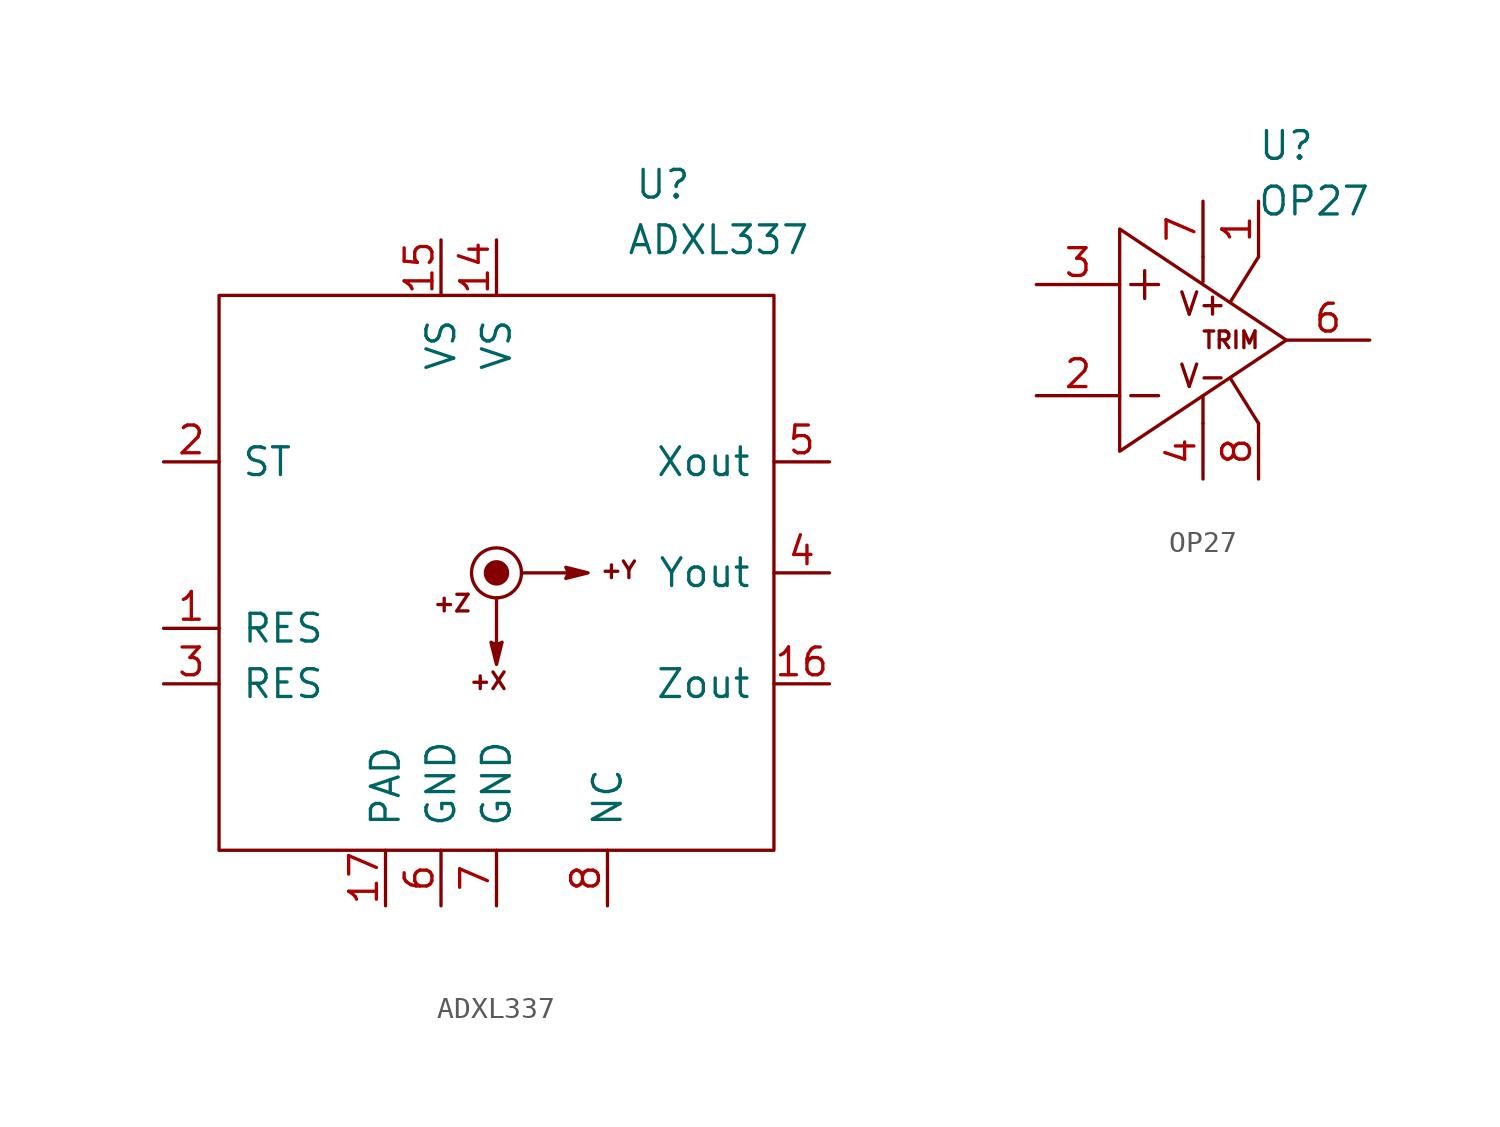
<source format=kicad_sym>
(kicad_symbol_lib
  (version 20231120)
  (generator "kicad_symbol_editor")
  (generator_version "8.0")
  (symbol "ADXL337"
    (pin_names
      (offset 1.016))
    (property "Reference" "U"
      (at 7.62 17.78 0)
      (effects (font (size 1.27 1.27))))
    (property "Value" "ADXL337"
      (at 10.16 15.24 0)
      (effects (font (size 1.27 1.27))))
    (symbol "ADXL337_0_0"
      (text "+X" (at -0.381 -4.953 0) (effects (font (size 0.762 0.762)))))
    (symbol "ADXL337_0_1"
      (rectangle (start -12.7 12.7) (end 12.7 -12.7) (stroke (width 0) (type default)) (fill (type none)))
      (polyline (pts (xy 1.143 0) (xy 4.191 0) (xy 3.175 0.254) (xy 3.302 0) (xy 3.175 -0.254) (xy 4.191 0)) (stroke (width 0) (type default)) (fill (type outline)))
      (circle (center 0 0) (radius 0.508) (stroke (width 0) (type default)) (fill (type outline)))
      (circle (center 0 0) (radius 1.143) (stroke (width 0) (type default)) (fill (type none))))
    (symbol "ADXL337_1_1"
      (polyline (pts (xy 0 -1.143) (xy 0 -4.191) (xy 0.254 -3.175) (xy 0 -3.302) (xy -0.254 -3.175) (xy 0 -4.191)) (stroke (width 0) (type default)) (fill (type outline)))
      (text "+Y" (at 5.588 0.127 0) (effects (font (size 0.762 0.762))))
      (text "+Z" (at -2.032 -1.397 0) (effects (font (size 0.762 0.762))))
      (pin input line (at -15.24 -2.54 0) (length 2.54) (name "RES" (effects (font (size 1.27 1.27)))) (number "1" (effects (font (size 1.27 1.27)))))
      (pin unspecified line (at 5.08 -15.24 90) (length 2.54) hide (name "NC" (effects (font (size 1.27 1.27)))) (number "10" (effects (font (size 1.27 1.27)))))
      (pin unspecified line (at 5.08 -15.24 90) (length 2.54) hide (name "NC" (effects (font (size 1.27 1.27)))) (number "11" (effects (font (size 1.27 1.27)))))
      (pin unspecified line (at 5.08 -15.24 90) (length 2.54) hide (name "NC" (effects (font (size 1.27 1.27)))) (number "12" (effects (font (size 1.27 1.27)))))
      (pin unspecified line (at 5.08 -15.24 90) (length 2.54) hide (name "NC" (effects (font (size 1.27 1.27)))) (number "13" (effects (font (size 1.27 1.27)))))
      (pin power_in line (at 0 15.24 270) (length 2.54) (name "VS" (effects (font (size 1.27 1.27)))) (number "14" (effects (font (size 1.27 1.27)))))
      (pin power_in line (at -2.54 15.24 270) (length 2.54) (name "VS" (effects (font (size 1.27 1.27)))) (number "15" (effects (font (size 1.27 1.27)))))
      (pin output line (at 15.24 -5.08 180) (length 2.54) (name "Zout" (effects (font (size 1.27 1.27)))) (number "16" (effects (font (size 1.27 1.27)))))
      (pin unspecified line (at -5.08 -15.24 90) (length 2.54) (name "PAD" (effects (font (size 1.27 1.27)))) (number "17" (effects (font (size 1.27 1.27)))))
      (pin input line (at -15.24 5.08 0) (length 2.54) (name "ST" (effects (font (size 1.27 1.27)))) (number "2" (effects (font (size 1.27 1.27)))))
      (pin input line (at -15.24 -5.08 0) (length 2.54) (name "RES" (effects (font (size 1.27 1.27)))) (number "3" (effects (font (size 1.27 1.27)))))
      (pin output line (at 15.24 0 180) (length 2.54) (name "Yout" (effects (font (size 1.27 1.27)))) (number "4" (effects (font (size 1.27 1.27)))))
      (pin output line (at 15.24 5.08 180) (length 2.54) (name "Xout" (effects (font (size 1.27 1.27)))) (number "5" (effects (font (size 1.27 1.27)))))
      (pin power_in line (at -2.54 -15.24 90) (length 2.54) (name "GND" (effects (font (size 1.27 1.27)))) (number "6" (effects (font (size 1.27 1.27)))))
      (pin power_in line (at 0 -15.24 90) (length 2.54) (name "GND" (effects (font (size 1.27 1.27)))) (number "7" (effects (font (size 1.27 1.27)))))
      (pin unspecified line (at 5.08 -15.24 90) (length 2.54) (name "NC" (effects (font (size 1.27 1.27)))) (number "8" (effects (font (size 1.27 1.27)))))
      (pin unspecified line (at 5.08 -15.24 90) (length 2.54) hide (name "NC" (effects (font (size 1.27 1.27)))) (number "9" (effects (font (size 1.27 1.27)))))))
  (symbol "OP27"
    (pin_names
      (offset 1.016) hide)
    (property "Reference" "U"
      (at 3.81 8.89 0)
      (effects (font (size 1.27 1.27))))
    (property "Value" "OP27"
      (at 5.08 6.35 0)
      (effects (font (size 1.27 1.27))))
    (symbol "OP27_0_0"
      (polyline (pts (xy 2.54 -3.81) (xy 1.27 -1.778)) (stroke (width 0) (type default)) (fill (type none)))
      (polyline (pts (xy 2.54 3.81) (xy 1.27 1.778)) (stroke (width 0) (type default)) (fill (type none)))
      (text "TRIM" (at 1.27 0 0) (effects (font (size 0.762 0.762))))
      (text "V+" (at 0 1.651 0) (effects (font (size 1.016 1.016))))
      (text "V-" (at 0 -1.651 0) (effects (font (size 1.016 1.016)))))
    (symbol "OP27_0_1"
      (polyline (pts (xy -3.302 -2.54) (xy -2.032 -2.54)) (stroke (width 0) (type default)) (fill (type none)))
      (polyline (pts (xy -3.302 2.54) (xy -2.032 2.54)) (stroke (width 0) (type default)) (fill (type none)))
      (polyline (pts (xy -2.667 3.175) (xy -2.667 1.905)) (stroke (width 0) (type default)) (fill (type none)))
      (polyline (pts (xy 0 -3.81) (xy 0 -2.54)) (stroke (width 0) (type default)) (fill (type none)))
      (polyline (pts (xy 0 3.81) (xy 0 2.667)) (stroke (width 0) (type default)) (fill (type none)))
      (polyline (pts (xy -3.81 -5.08) (xy 3.81 0) (xy -3.81 5.08) (xy -3.81 -5.08)) (stroke (width 0) (type default)) (fill (type none))))
    (symbol "OP27_1_1"
      (pin input line (at 2.54 6.35 270) (length 2.54) (name "TRIM1" (effects (font (size 1.27 1.27)))) (number "1" (effects (font (size 1.27 1.27)))))
      (pin input line (at -7.62 -2.54 0) (length 3.81) (name "IN-" (effects (font (size 1.27 1.27)))) (number "2" (effects (font (size 1.27 1.27)))))
      (pin input line (at -7.62 2.54 0) (length 3.81) (name "IN+" (effects (font (size 1.27 1.27)))) (number "3" (effects (font (size 1.27 1.27)))))
      (pin input line (at 0 -6.35 90) (length 2.54) (name "VCC-" (effects (font (size 1.27 1.27)))) (number "4" (effects (font (size 1.27 1.27)))))
      (pin passive line (at 7.62 0 180) (length 3.81) (name "OUT" (effects (font (size 1.27 1.27)))) (number "6" (effects (font (size 1.27 1.27)))))
      (pin input line (at 0 6.35 270) (length 2.54) (name "VCC" (effects (font (size 1.27 1.27)))) (number "7" (effects (font (size 1.27 1.27)))))
      (pin input line (at 2.54 -6.35 90) (length 2.54) (name "TRIM2" (effects (font (size 1.27 1.27)))) (number "8" (effects (font (size 1.27 1.27))))))))
</source>
